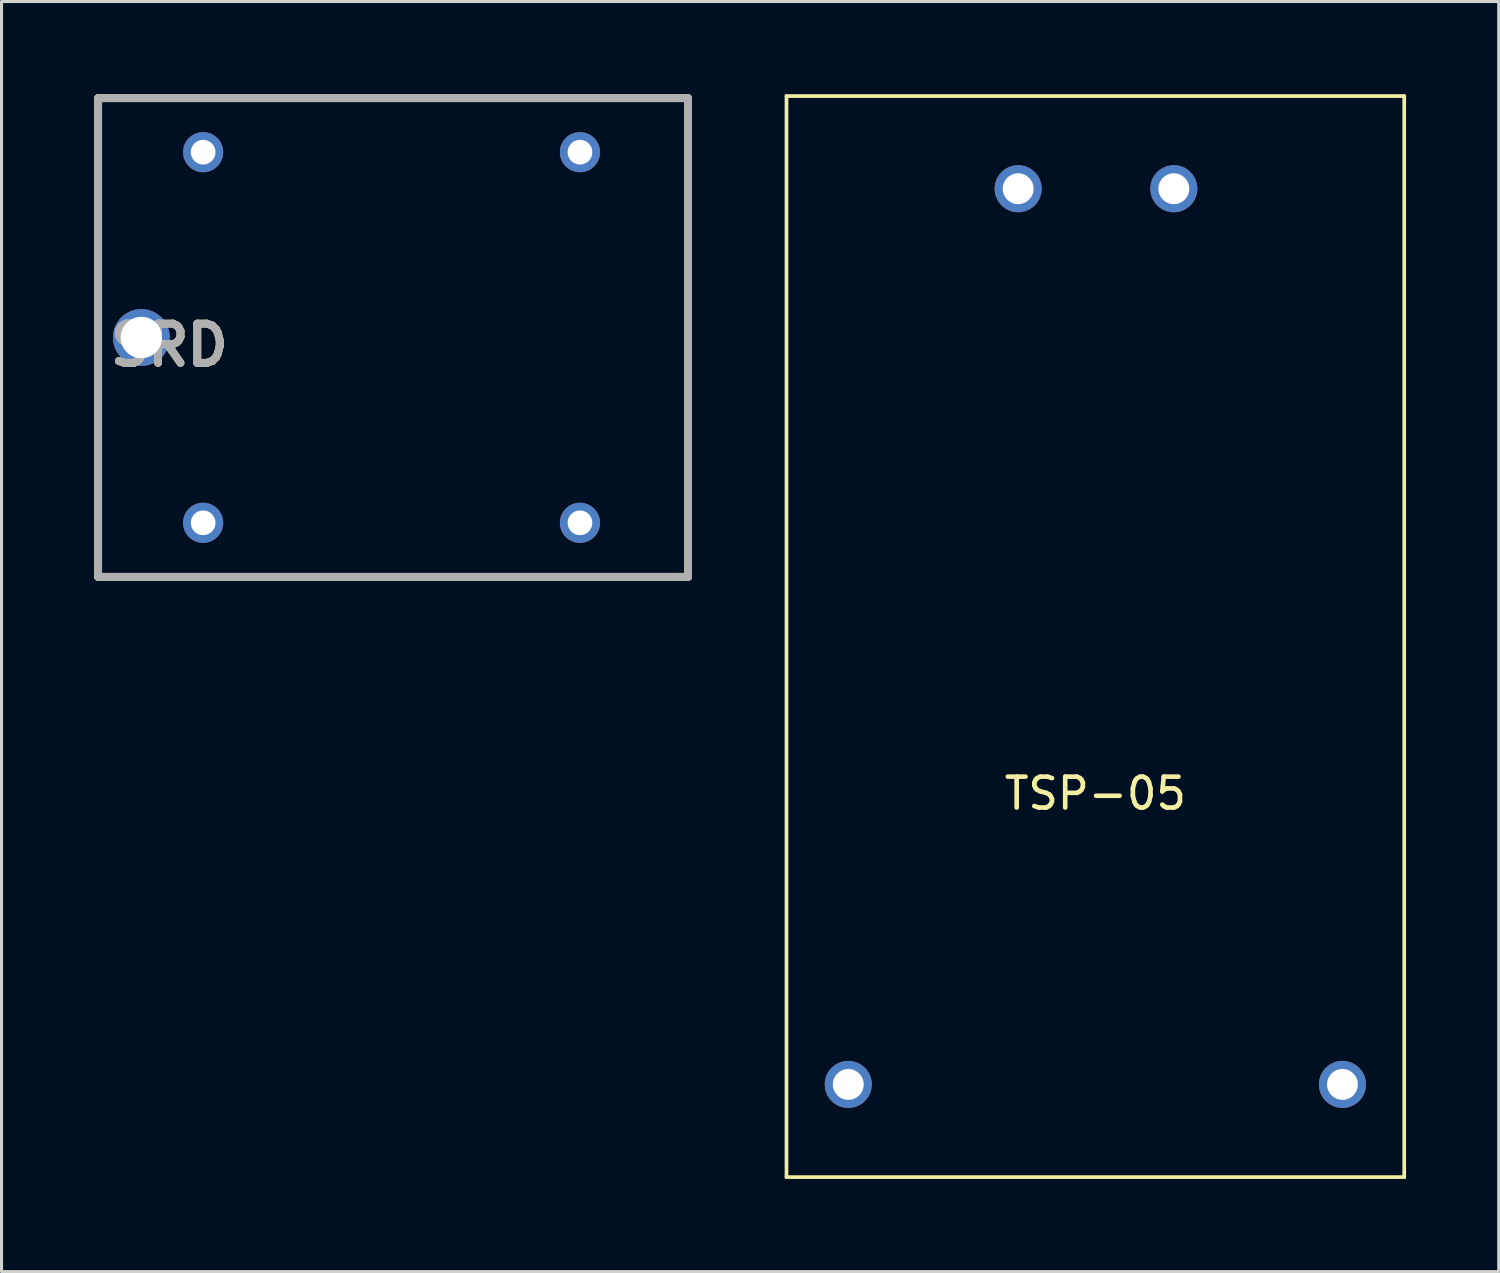
<source format=kicad_pcb>
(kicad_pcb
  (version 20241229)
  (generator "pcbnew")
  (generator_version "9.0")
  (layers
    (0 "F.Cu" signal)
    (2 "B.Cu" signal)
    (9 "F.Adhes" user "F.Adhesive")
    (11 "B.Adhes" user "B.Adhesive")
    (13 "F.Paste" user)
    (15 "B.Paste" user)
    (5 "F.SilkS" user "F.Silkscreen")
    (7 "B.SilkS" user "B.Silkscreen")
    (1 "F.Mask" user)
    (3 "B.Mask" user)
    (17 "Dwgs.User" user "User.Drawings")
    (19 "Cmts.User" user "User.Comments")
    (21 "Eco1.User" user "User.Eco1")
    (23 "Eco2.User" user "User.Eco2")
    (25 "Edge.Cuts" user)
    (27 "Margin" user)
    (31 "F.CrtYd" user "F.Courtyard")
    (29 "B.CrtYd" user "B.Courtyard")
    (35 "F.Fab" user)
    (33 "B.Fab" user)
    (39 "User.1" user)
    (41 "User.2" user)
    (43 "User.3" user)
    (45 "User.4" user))
  (footprint "SRD"
    (layer "F.Cu")
    (at 1.527 7.877)
    (property "Reference" "SRD" (at 0.904 0.247 0) (layer "F.SilkS") (effects (font (size 1.27 1.27) (thickness 0.254))))
    (attr through_hole)
    (fp_line (start -1.4 -7.75) (end 17.7 -7.75) (stroke (width 0.254) (type solid)) (layer "F.SilkS"))
    (fp_line (start -1.4 7.75) (end -1.4 -7.75) (stroke (width 0.254) (type solid)) (layer "F.SilkS"))
    (fp_line (start 17.7 -7.75) (end 17.7 7.75) (stroke (width 0.254) (type solid)) (layer "F.SilkS"))
    (fp_line (start 17.7 7.75) (end -1.4 7.75) (stroke (width 0.254) (type solid)) (layer "F.SilkS"))
    (fp_line (start -1.4 -7.75) (end 17.7 -7.75) (stroke (width 0.254) (type solid)) (layer "F.Fab"))
    (fp_line (start -1.4 7.75) (end -1.4 -7.75) (stroke (width 0.254) (type solid)) (layer "F.Fab"))
    (fp_line (start 17.7 -7.75) (end 17.7 7.75) (stroke (width 0.254) (type solid)) (layer "F.Fab"))
    (fp_line (start 17.7 7.75) (end -1.4 7.75) (stroke (width 0.254) (type solid)) (layer "F.Fab"))
    (fp_text user "${REFERENCE}" (at 0.904 0.247 0) (layer "F.Fab") (effects (font (size 1.27 1.27) (thickness 0.254))))
    (pad "1" thru_hole circle (at 0 0) (size 1.84 1.84) (drill 1.34) (layers "*.Cu" "*.Mask"))
    (pad "2" thru_hole circle (at 2 -6) (size 1.3 1.3) (drill 0.8) (layers "*.Cu" "*.Mask"))
    (pad "3" thru_hole circle (at 2 6) (size 1.3 1.3) (drill 0.8) (layers "*.Cu" "*.Mask"))
    (pad "4" thru_hole circle (at 14.2 -6) (size 1.3 1.3) (drill 0.8) (layers "*.Cu" "*.Mask"))
    (pad "5" thru_hole circle (at 14.2 6) (size 1.3 1.3) (drill 0.8) (layers "*.Cu" "*.Mask")))
  (footprint "TSP-05"
    (layer "F.Cu")
    (at 32.414 17.56)
    (property "Reference" "TSP-05" (at 0 5.08 0) (layer "F.SilkS") (effects (font (size 1 1) (thickness 0.15))))
    (attr through_hole)
    (fp_line (start -10 -17.5) (end 10 -17.5) (stroke (width 0.12) (type solid)) (layer "F.SilkS"))
    (fp_line (start -10 17.5) (end -10 -17.5) (stroke (width 0.12) (type solid)) (layer "F.SilkS"))
    (fp_line (start 10 -17.5) (end 10 17.5) (stroke (width 0.12) (type solid)) (layer "F.SilkS"))
    (fp_line (start 10 17.5) (end -10 17.5) (stroke (width 0.12) (type solid)) (layer "F.SilkS"))
    (pad "1" thru_hole circle (at -2.5 -14.5) (size 1.524 1.524) (drill 1) (layers "*.Cu" "*.Mask"))
    (pad "2" thru_hole circle (at 2.54 -14.5) (size 1.524 1.524) (drill 1) (layers "*.Cu" "*.Mask"))
    (pad "3" thru_hole circle (at -8 14.5) (size 1.524 1.524) (drill 1) (layers "*.Cu" "*.Mask"))
    (pad "4" thru_hole circle (at 8 14.5) (size 1.524 1.524) (drill 1) (layers "*.Cu" "*.Mask")))
  (gr_rect
    (start -3 -3)
    (end 45.474 38.12)
    (stroke (width 0.1) (type default))
    (fill no)
    (layer "Edge.Cuts")))
</source>
